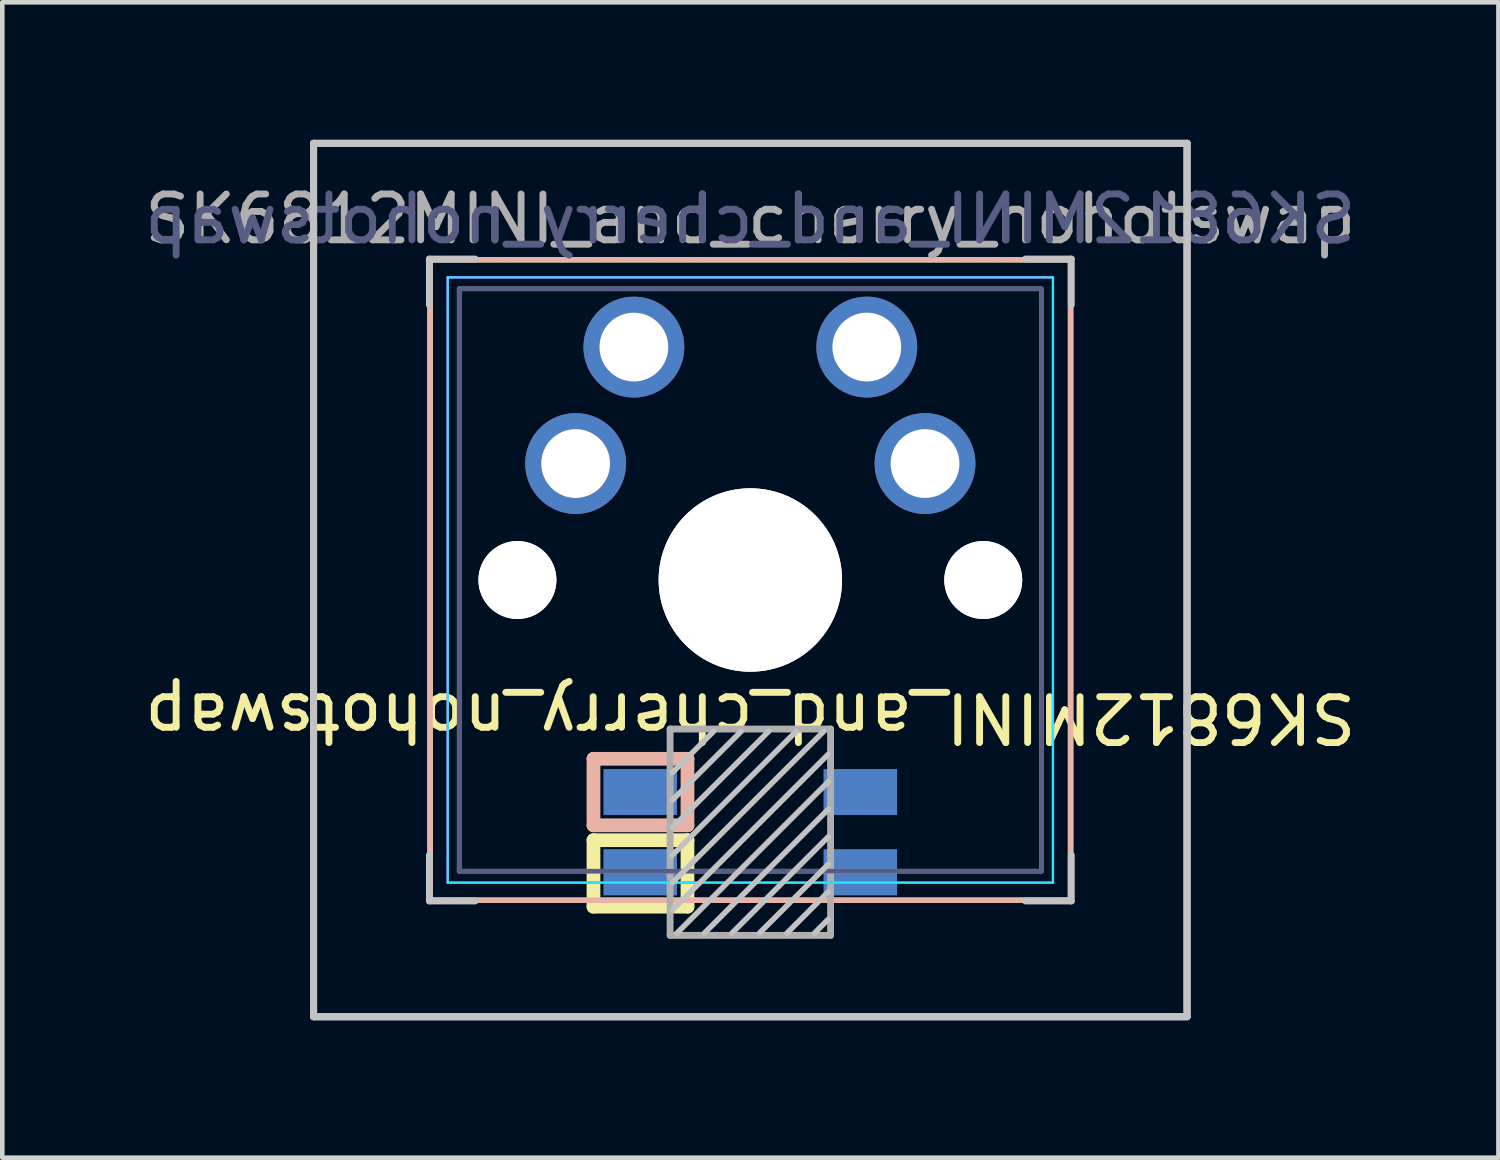
<source format=kicad_pcb>
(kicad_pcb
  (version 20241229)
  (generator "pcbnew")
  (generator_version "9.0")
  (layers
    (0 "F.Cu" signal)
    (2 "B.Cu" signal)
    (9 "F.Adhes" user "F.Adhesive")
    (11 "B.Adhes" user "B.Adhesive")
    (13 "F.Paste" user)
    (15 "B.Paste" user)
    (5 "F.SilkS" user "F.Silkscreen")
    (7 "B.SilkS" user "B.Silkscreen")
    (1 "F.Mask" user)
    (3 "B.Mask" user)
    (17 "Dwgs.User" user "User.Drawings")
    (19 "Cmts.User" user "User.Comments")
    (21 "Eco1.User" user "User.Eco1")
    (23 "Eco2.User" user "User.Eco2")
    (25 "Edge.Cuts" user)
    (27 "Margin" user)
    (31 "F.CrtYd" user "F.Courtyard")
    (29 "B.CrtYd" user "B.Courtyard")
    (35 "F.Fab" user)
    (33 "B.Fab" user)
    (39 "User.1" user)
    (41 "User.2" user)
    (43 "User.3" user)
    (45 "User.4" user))
  (footprint "SK6812MINI_and_cherry_nohotswap"
    (layer "F.Cu")
    (at 13.315 9.6)
    (property "Reference" "SK6812MINI_and_cherry_nohotswap" (at 0 3 180) (unlocked yes) (layer "F.SilkS") (effects (font (size 1 1) (thickness 0.15))))
    (attr through_hole)
    (fp_line (start -6.985 -6.985) (end 6.985 -6.985) (stroke (width 0.12) (type solid)) (layer "F.SilkS"))
    (fp_line (start -6.985 6.985) (end -6.985 -6.985) (stroke (width 0.12) (type solid)) (layer "F.SilkS"))
    (fp_line (start -3.421 5.675) (end -1.371 5.675) (stroke (width 0.3) (type solid)) (layer "F.SilkS"))
    (fp_line (start -3.421 7.125) (end -3.421 5.675) (stroke (width 0.3) (type solid)) (layer "F.SilkS"))
    (fp_line (start -1.371 5.675) (end -1.371 7.125) (stroke (width 0.3) (type solid)) (layer "F.SilkS"))
    (fp_line (start -1.371 7.125) (end -3.421 7.125) (stroke (width 0.3) (type solid)) (layer "F.SilkS"))
    (fp_line (start 6.985 -6.985) (end 6.985 6.985) (stroke (width 0.12) (type solid)) (layer "F.SilkS"))
    (fp_line (start 6.985 6.985) (end -6.985 6.985) (stroke (width 0.12) (type solid)) (layer "F.SilkS"))
    (fp_line (start -6.985 -6.985) (end -6.985 6.985) (stroke (width 0.12) (type solid)) (layer "B.SilkS"))
    (fp_line (start -6.985 6.985) (end 6.985 6.985) (stroke (width 0.12) (type solid)) (layer "B.SilkS"))
    (fp_line (start -3.421 3.9) (end -1.371 3.9) (stroke (width 0.3) (type solid)) (layer "B.SilkS"))
    (fp_line (start -3.421 5.35) (end -3.421 3.9) (stroke (width 0.3) (type solid)) (layer "B.SilkS"))
    (fp_line (start -1.371 3.9) (end -1.371 5.35) (stroke (width 0.3) (type solid)) (layer "B.SilkS"))
    (fp_line (start -1.371 5.35) (end -3.421 5.35) (stroke (width 0.3) (type solid)) (layer "B.SilkS"))
    (fp_line (start 6.985 -6.985) (end -6.985 -6.985) (stroke (width 0.12) (type solid)) (layer "B.SilkS"))
    (fp_line (start 6.985 6.985) (end 6.985 -6.985) (stroke (width 0.12) (type solid)) (layer "B.SilkS"))
    (fp_line (start -9.525 -9.525) (end -9.525 9.525) (stroke (width 0.15) (type solid)) (layer "Dwgs.User"))
    (fp_line (start -9.525 -9.525) (end 9.525 -9.525) (stroke (width 0.15) (type solid)) (layer "Dwgs.User"))
    (fp_line (start -9.525 -9.525) (end 9.525 -9.525) (stroke (width 0.15) (type solid)) (layer "Dwgs.User"))
    (fp_line (start -9.525 9.525) (end -9.525 -9.525) (stroke (width 0.15) (type solid)) (layer "Dwgs.User"))
    (fp_line (start -9.525 9.525) (end -9.525 -9.525) (stroke (width 0.15) (type solid)) (layer "Dwgs.User"))
    (fp_line (start -9.525 9.525) (end 9.525 9.525) (stroke (width 0.15) (type solid)) (layer "Dwgs.User"))
    (fp_line (start -7 -7) (end -6 -7) (stroke (width 0.15) (type solid)) (layer "Dwgs.User"))
    (fp_line (start -7 -6) (end -7 -7) (stroke (width 0.15) (type solid)) (layer "Dwgs.User"))
    (fp_line (start -7 6) (end -7 7) (stroke (width 0.15) (type solid)) (layer "Dwgs.User"))
    (fp_line (start -7 7) (end -6 7) (stroke (width 0.15) (type solid)) (layer "Dwgs.User"))
    (fp_line (start -0.8 3.3) (end -1.7 4.2) (stroke (width 0.12) (type solid)) (layer "Dwgs.User"))
    (fp_line (start -0.2 3.3) (end -1.7 4.8) (stroke (width 0.12) (type solid)) (layer "Dwgs.User"))
    (fp_line (start 0.4 3.3) (end -1.7 5.4) (stroke (width 0.12) (type solid)) (layer "Dwgs.User"))
    (fp_line (start 1 3.3) (end -1.7 6) (stroke (width 0.12) (type solid)) (layer "Dwgs.User"))
    (fp_line (start 1.6 3.3) (end -1.7 6.6) (stroke (width 0.12) (type solid)) (layer "Dwgs.User"))
    (fp_line (start 1.7 3.8) (end -1.7 7.2) (stroke (width 0.12) (type solid)) (layer "Dwgs.User"))
    (fp_line (start 1.7 4.4) (end -1.6 7.7) (stroke (width 0.12) (type solid)) (layer "Dwgs.User"))
    (fp_line (start 1.7 5) (end -1 7.7) (stroke (width 0.12) (type solid)) (layer "Dwgs.User"))
    (fp_line (start 1.7 5.6) (end -0.4 7.7) (stroke (width 0.12) (type solid)) (layer "Dwgs.User"))
    (fp_line (start 1.7 6.2) (end 0.2 7.7) (stroke (width 0.12) (type solid)) (layer "Dwgs.User"))
    (fp_line (start 1.7 6.8) (end 0.8 7.7) (stroke (width 0.12) (type solid)) (layer "Dwgs.User"))
    (fp_line (start 1.7 7.4) (end 1.4 7.7) (stroke (width 0.12) (type solid)) (layer "Dwgs.User"))
    (fp_line (start 6 7) (end 7 7) (stroke (width 0.15) (type solid)) (layer "Dwgs.User"))
    (fp_line (start 7 -7) (end 6 -7) (stroke (width 0.15) (type solid)) (layer "Dwgs.User"))
    (fp_line (start 7 -7) (end 7 -6) (stroke (width 0.15) (type solid)) (layer "Dwgs.User"))
    (fp_line (start 7 7) (end 7 6) (stroke (width 0.15) (type solid)) (layer "Dwgs.User"))
    (fp_line (start 9.525 -9.525) (end -9.525 -9.525) (stroke (width 0.15) (type solid)) (layer "Dwgs.User"))
    (fp_line (start 9.525 -9.525) (end 9.525 9.525) (stroke (width 0.15) (type solid)) (layer "Dwgs.User"))
    (fp_line (start 9.525 -9.525) (end 9.525 9.525) (stroke (width 0.15) (type solid)) (layer "Dwgs.User"))
    (fp_line (start 9.525 9.525) (end -9.525 9.525) (stroke (width 0.15) (type solid)) (layer "Dwgs.User"))
    (fp_line (start 9.525 9.525) (end -9.525 9.525) (stroke (width 0.15) (type solid)) (layer "Dwgs.User"))
    (fp_line (start 9.525 9.525) (end 9.525 -9.525) (stroke (width 0.15) (type solid)) (layer "Dwgs.User"))
    (fp_line (start -6.6 -6.6) (end -6.6 6.6) (stroke (width 0.05) (type solid)) (layer "B.CrtYd"))
    (fp_line (start -6.6 6.6) (end 6.6 6.6) (stroke (width 0.05) (type solid)) (layer "B.CrtYd"))
    (fp_line (start 6.6 -6.6) (end -6.6 -6.6) (stroke (width 0.05) (type solid)) (layer "B.CrtYd"))
    (fp_line (start 6.6 6.6) (end 6.6 -6.6) (stroke (width 0.05) (type solid)) (layer "B.CrtYd"))
    (fp_line (start -6.6 -6.6) (end 6.6 -6.6) (stroke (width 0.05) (type solid)) (layer "F.CrtYd"))
    (fp_line (start -6.6 6.6) (end -6.6 -6.6) (stroke (width 0.05) (type solid)) (layer "F.CrtYd"))
    (fp_line (start 6.6 -6.6) (end 6.6 6.6) (stroke (width 0.05) (type solid)) (layer "F.CrtYd"))
    (fp_line (start 6.6 6.6) (end -6.6 6.6) (stroke (width 0.05) (type solid)) (layer "F.CrtYd"))
    (fp_line (start -6.35 -6.35) (end -6.35 6.35) (stroke (width 0.1) (type solid)) (layer "B.Fab"))
    (fp_line (start -6.35 6.35) (end 6.35 6.35) (stroke (width 0.1) (type solid)) (layer "B.Fab"))
    (fp_line (start 6.35 -6.35) (end -6.35 -6.35) (stroke (width 0.1) (type solid)) (layer "B.Fab"))
    (fp_line (start 6.35 6.35) (end 6.35 -6.35) (stroke (width 0.1) (type solid)) (layer "B.Fab"))
    (fp_line (start -6.35 -6.35) (end 6.35 -6.35) (stroke (width 0.1) (type solid)) (layer "F.Fab"))
    (fp_line (start -6.35 6.35) (end -6.35 -6.35) (stroke (width 0.1) (type solid)) (layer "F.Fab"))
    (fp_line (start -1.75 3.25) (end -1.75 7.75) (stroke (width 0.15) (type solid)) (layer "F.Fab"))
    (fp_line (start -1.75 3.25) (end 1.75 3.25) (stroke (width 0.15) (type solid)) (layer "F.Fab"))
    (fp_line (start 1.75 3.25) (end 1.75 7.75) (stroke (width 0.15) (type solid)) (layer "F.Fab"))
    (fp_line (start 1.75 7.75) (end -1.75 7.75) (stroke (width 0.15) (type solid)) (layer "F.Fab"))
    (fp_line (start 6.35 -6.35) (end 6.35 6.35) (stroke (width 0.1) (type solid)) (layer "F.Fab"))
    (fp_line (start 6.35 6.35) (end -6.35 6.35) (stroke (width 0.1) (type solid)) (layer "F.Fab"))
    (fp_text user "${REFERENCE}" (at 0 -7.874 0) (layer "B.Fab") (effects (font (size 1 1) (thickness 0.15)) (justify mirror)))
    (fp_text user "${REFERENCE}" (at 0 -7.874 0) (layer "F.Fab") (effects (font (size 1 1) (thickness 0.15))))
    (pad "" np_thru_hole circle (at -5.08 0) (size 1.7 1.7) (drill 1.7) (layers "*.Cu" "*.Mask"))
    (pad "" np_thru_hole circle (at -5.08 0) (size 1.7 1.7) (drill 1.7) (layers "*.Cu" "*.Mask"))
    (pad "" np_thru_hole circle (at 0 0) (size 4 4) (drill 4) (layers "*.Cu" "*.Mask"))
    (pad "" np_thru_hole circle (at 0 0) (size 4 4) (drill 4) (layers "*.Cu" "*.Mask"))
    (pad "" np_thru_hole circle (at 5.08 0) (size 1.7 1.7) (drill 1.7) (layers "*.Cu" "*.Mask"))
    (pad "" np_thru_hole circle (at 5.08 0) (size 1.7 1.7) (drill 1.7) (layers "*.Cu" "*.Mask"))
    (pad "1" smd rect (at -2.4 4.625) (size 1.6 1) (layers "B.Cu" "B.Mask" "B.Paste"))
    (pad "1" smd rect (at -2.4 6.375) (size 1.6 1) (layers "F.Cu" "F.Mask" "F.Paste"))
    (pad "2" smd rect (at -2.4 4.625) (size 1.6 1) (layers "F.Cu" "F.Mask" "F.Paste"))
    (pad "2" smd rect (at -2.4 6.375) (size 1.6 1) (layers "B.Cu" "B.Mask" "B.Paste"))
    (pad "3" smd rect (at 2.4 4.625) (size 1.6 1) (layers "F.Cu" "F.Mask" "F.Paste"))
    (pad "3" smd rect (at 2.4 6.375) (size 1.6 1) (layers "B.Cu" "B.Mask" "B.Paste"))
    (pad "4" smd rect (at 2.4 4.625) (size 1.6 1) (layers "B.Cu" "B.Mask" "B.Paste"))
    (pad "4" smd rect (at 2.4 6.375) (size 1.6 1) (layers "F.Cu" "F.Mask" "F.Paste"))
    (pad "5" thru_hole circle (at -3.81 -2.54) (size 2.2 2.2) (drill 1.5) (layers "*.Cu" "*.Mask"))
    (pad "5" thru_hole circle (at 3.81 -2.54) (size 2.2 2.2) (drill 1.5) (layers "*.Cu" "*.Mask"))
    (pad "6" thru_hole circle (at -2.54 -5.08) (size 2.2 2.2) (drill 1.5) (layers "*.Cu" "*.Mask"))
    (pad "6" thru_hole circle (at 2.54 -5.08) (size 2.2 2.2) (drill 1.5) (layers "*.Cu" "*.Mask")))
  (gr_rect
    (start -3 -3)
    (end 29.631 22.2)
    (stroke (width 0.1) (type default))
    (fill no)
    (layer "Edge.Cuts")))
</source>
